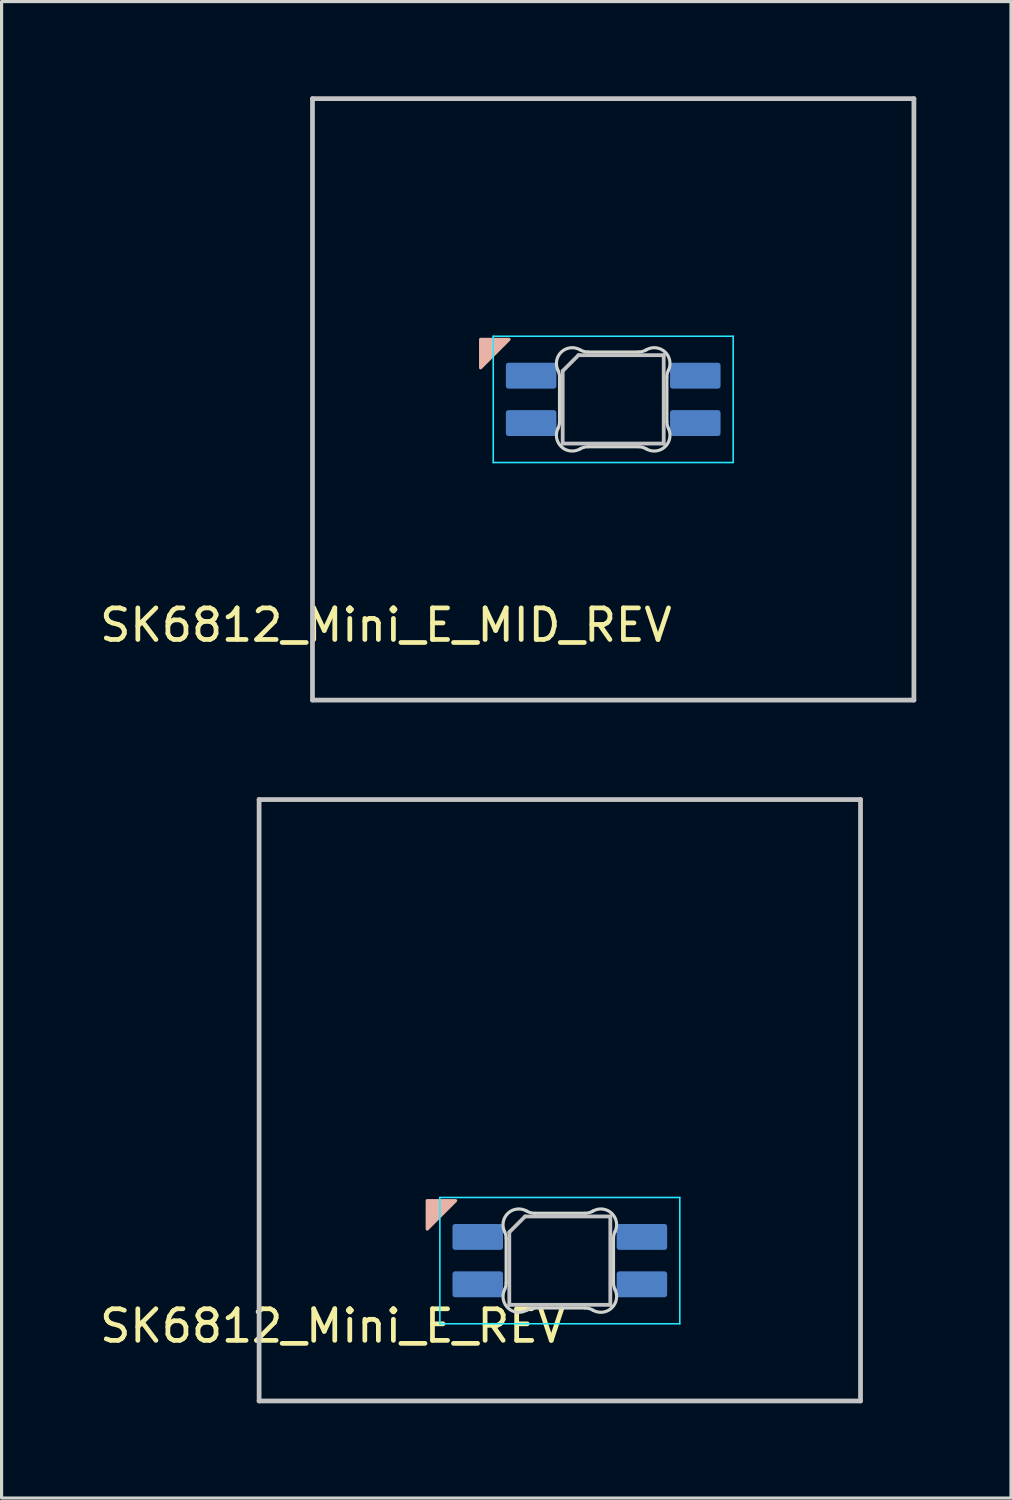
<source format=kicad_pcb>
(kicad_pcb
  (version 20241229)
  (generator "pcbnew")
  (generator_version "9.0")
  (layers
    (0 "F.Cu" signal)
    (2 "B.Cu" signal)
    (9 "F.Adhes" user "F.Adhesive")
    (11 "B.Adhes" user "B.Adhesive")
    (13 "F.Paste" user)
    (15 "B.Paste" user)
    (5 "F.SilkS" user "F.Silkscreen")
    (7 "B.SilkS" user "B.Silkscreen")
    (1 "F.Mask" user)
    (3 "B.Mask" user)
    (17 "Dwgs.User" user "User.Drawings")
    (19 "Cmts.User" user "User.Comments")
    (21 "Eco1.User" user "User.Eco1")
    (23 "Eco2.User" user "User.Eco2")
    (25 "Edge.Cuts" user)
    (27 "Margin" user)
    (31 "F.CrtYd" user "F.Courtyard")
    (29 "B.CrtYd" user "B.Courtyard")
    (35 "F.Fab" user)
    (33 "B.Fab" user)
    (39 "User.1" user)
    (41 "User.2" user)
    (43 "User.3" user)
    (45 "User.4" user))
  (footprint "SK6812_Mini_E_REV"
    (layer "F.Cu")
    (at 14.682 31.8)
    (property "Reference" "SK6812_Mini_E_REV" (at -7.2 7.15 0) (layer "F.SilkS") (effects (font (size 1 1) (thickness 0.15))))
    (attr through_hole)
    (fp_poly (pts (xy -4.2 4.08) (xy -3.3 3.18) (xy -4.2 3.18)) (stroke (width 0.1) (type solid)) (fill yes) (layer "B.SilkS"))
    (fp_line (start -9.525 -9.525) (end 9.525 -9.525) (stroke (width 0.15) (type solid)) (layer "Dwgs.User"))
    (fp_line (start -9.525 9.525) (end -9.525 -9.525) (stroke (width 0.15) (type solid)) (layer "Dwgs.User"))
    (fp_line (start -1.6 4.18) (end -1.6 6.48) (stroke (width 0.12) (type solid)) (layer "Dwgs.User"))
    (fp_line (start -1.6 4.18) (end -1.1 3.68) (stroke (width 0.12) (type solid)) (layer "Dwgs.User"))
    (fp_line (start -1.6 6.48) (end 1.6 6.48) (stroke (width 0.12) (type solid)) (layer "Dwgs.User"))
    (fp_line (start 1.6 3.68) (end -1.1 3.68) (stroke (width 0.12) (type solid)) (layer "Dwgs.User"))
    (fp_line (start 1.6 6.48) (end 1.6 3.68) (stroke (width 0.12) (type solid)) (layer "Dwgs.User"))
    (fp_line (start 9.525 -9.525) (end 9.525 9.525) (stroke (width 0.15) (type solid)) (layer "Dwgs.User"))
    (fp_line (start 9.525 9.525) (end -9.525 9.525) (stroke (width 0.15) (type solid)) (layer "Dwgs.User"))
    (fp_line (start -1.7 5.783) (end -1.7 4.377) (stroke (width 0.1) (type solid)) (layer "Edge.Cuts"))
    (fp_line (start -0.794 3.58) (end 0.794 3.58) (stroke (width 0.1) (type solid)) (layer "Edge.Cuts"))
    (fp_line (start 0.794 6.58) (end -0.794 6.58) (stroke (width 0.1) (type solid)) (layer "Edge.Cuts"))
    (fp_line (start 1.7 4.377) (end 1.7 5.783) (stroke (width 0.1) (type solid)) (layer "Edge.Cuts"))
    (fp_arc (start -1.749484 4.16028) (mid -1.712527 4.265932) (end -1.699999 4.377158) (stroke (width 0.1) (type solid)) (layer "Edge.Cuts"))
    (fp_arc (start -1.749484 4.160281) (mid -1.638072 3.575965) (end -1.046711 3.511701) (stroke (width 0.1) (type solid)) (layer "Edge.Cuts"))
    (fp_arc (start -1.699999 5.782843) (mid -1.712527 5.894068) (end -1.749484 5.99972) (stroke (width 0.1) (type solid)) (layer "Edge.Cuts"))
    (fp_arc (start -1.046711 6.648298) (mid -1.638071 6.584034) (end -1.749484 5.99972) (stroke (width 0.1) (type solid)) (layer "Edge.Cuts"))
    (fp_arc (start -1.046711 6.648298) (mid -0.925123 6.597376) (end -0.794453 6.579999) (stroke (width 0.1) (type solid)) (layer "Edge.Cuts"))
    (fp_arc (start -0.794452 3.58) (mid -0.925123 3.562623) (end -1.046711 3.511701) (stroke (width 0.1) (type solid)) (layer "Edge.Cuts"))
    (fp_arc (start 0.794453 6.58) (mid 0.925123 6.597377) (end 1.046711 6.648299) (stroke (width 0.1) (type solid)) (layer "Edge.Cuts"))
    (fp_arc (start 1.04671 3.511701) (mid 0.925122 3.562623) (end 0.794452 3.58) (stroke (width 0.1) (type solid)) (layer "Edge.Cuts"))
    (fp_arc (start 1.046711 3.511703) (mid 1.63807 3.575966) (end 1.749484 4.16028) (stroke (width 0.1) (type solid)) (layer "Edge.Cuts"))
    (fp_arc (start 1.699999 4.377157) (mid 1.712527 4.265932) (end 1.749484 4.16028) (stroke (width 0.1) (type solid)) (layer "Edge.Cuts"))
    (fp_arc (start 1.749484 5.99972) (mid 1.638071 6.584035) (end 1.046711 6.648299) (stroke (width 0.1) (type solid)) (layer "Edge.Cuts"))
    (fp_arc (start 1.749484 5.99972) (mid 1.712527 5.894068) (end 1.699999 5.782842) (stroke (width 0.1) (type solid)) (layer "Edge.Cuts"))
    (fp_line (start -3.8 3.08) (end -3.8 7.08) (stroke (width 0.05) (type solid)) (layer "B.CrtYd"))
    (fp_line (start -3.8 7.08) (end 3.8 7.08) (stroke (width 0.05) (type solid)) (layer "B.CrtYd"))
    (fp_line (start 3.8 3.08) (end -3.8 3.08) (stroke (width 0.05) (type solid)) (layer "B.CrtYd"))
    (fp_line (start 3.8 7.08) (end 3.8 3.08) (stroke (width 0.05) (type solid)) (layer "B.CrtYd"))
    (pad "1" smd roundrect (at 2.6 5.83 90) (size 0.82 1.6) (layers "B.Cu" "B.Mask" "B.Paste") (roundrect_rratio 0.1))
    (pad "2" smd roundrect (at 2.6 4.33 90) (size 0.82 1.6) (layers "B.Cu" "B.Mask" "B.Paste") (roundrect_rratio 0.1))
    (pad "3" smd roundrect (at -2.6 4.33 90) (size 0.82 1.6) (layers "B.Cu" "B.Mask" "B.Paste") (roundrect_rratio 0.1))
    (pad "4" smd roundrect (at -2.6 5.83 90) (size 0.82 1.6) (layers "B.Cu" "B.Mask" "B.Paste") (roundrect_rratio 0.1)))
  (footprint "SK6812_Mini_E_MID_REV"
    (layer "F.Cu")
    (at 16.373 9.6)
    (property "Reference" "SK6812_Mini_E_MID_REV" (at -7.2 7.15 0) (layer "F.SilkS") (effects (font (size 1 1) (thickness 0.15))))
    (attr through_hole)
    (fp_poly (pts (xy -4.2 -1) (xy -3.3 -1.9) (xy -4.2 -1.9)) (stroke (width 0.1) (type solid)) (fill yes) (layer "B.SilkS"))
    (fp_line (start -9.525 -9.525) (end 9.525 -9.525) (stroke (width 0.15) (type solid)) (layer "Dwgs.User"))
    (fp_line (start -9.525 9.525) (end -9.525 -9.525) (stroke (width 0.15) (type solid)) (layer "Dwgs.User"))
    (fp_line (start -1.6 -0.9) (end -1.6 1.4) (stroke (width 0.12) (type solid)) (layer "Dwgs.User"))
    (fp_line (start -1.6 -0.9) (end -1.1 -1.4) (stroke (width 0.12) (type solid)) (layer "Dwgs.User"))
    (fp_line (start -1.6 1.4) (end 1.6 1.4) (stroke (width 0.12) (type solid)) (layer "Dwgs.User"))
    (fp_line (start 1.6 -1.4) (end -1.1 -1.4) (stroke (width 0.12) (type solid)) (layer "Dwgs.User"))
    (fp_line (start 1.6 1.4) (end 1.6 -1.4) (stroke (width 0.12) (type solid)) (layer "Dwgs.User"))
    (fp_line (start 9.525 -9.525) (end 9.525 9.525) (stroke (width 0.15) (type solid)) (layer "Dwgs.User"))
    (fp_line (start 9.525 9.525) (end -9.525 9.525) (stroke (width 0.15) (type solid)) (layer "Dwgs.User"))
    (fp_line (start -1.7 0.703) (end -1.7 -0.703) (stroke (width 0.1) (type solid)) (layer "Edge.Cuts"))
    (fp_line (start -0.794 -1.5) (end 0.794 -1.5) (stroke (width 0.1) (type solid)) (layer "Edge.Cuts"))
    (fp_line (start 0.794 1.5) (end -0.794 1.5) (stroke (width 0.1) (type solid)) (layer "Edge.Cuts"))
    (fp_line (start 1.7 -0.703) (end 1.7 0.703) (stroke (width 0.1) (type solid)) (layer "Edge.Cuts"))
    (fp_arc (start -1.749484 -0.91972) (mid -1.712527 -0.814068) (end -1.699999 -0.702842) (stroke (width 0.1) (type solid)) (layer "Edge.Cuts"))
    (fp_arc (start -1.749484 -0.919719) (mid -1.638072 -1.504035) (end -1.046711 -1.568299) (stroke (width 0.1) (type solid)) (layer "Edge.Cuts"))
    (fp_arc (start -1.699999 0.702843) (mid -1.712527 0.814068) (end -1.749484 0.91972) (stroke (width 0.1) (type solid)) (layer "Edge.Cuts"))
    (fp_arc (start -1.046711 1.568298) (mid -1.638071 1.504034) (end -1.749484 0.91972) (stroke (width 0.1) (type solid)) (layer "Edge.Cuts"))
    (fp_arc (start -1.046711 1.568298) (mid -0.925123 1.517376) (end -0.794453 1.499999) (stroke (width 0.1) (type solid)) (layer "Edge.Cuts"))
    (fp_arc (start -0.794452 -1.5) (mid -0.925123 -1.517377) (end -1.046711 -1.568299) (stroke (width 0.1) (type solid)) (layer "Edge.Cuts"))
    (fp_arc (start 0.794453 1.5) (mid 0.925123 1.517377) (end 1.046711 1.568299) (stroke (width 0.1) (type solid)) (layer "Edge.Cuts"))
    (fp_arc (start 1.04671 -1.568299) (mid 0.925122 -1.517377) (end 0.794452 -1.5) (stroke (width 0.1) (type solid)) (layer "Edge.Cuts"))
    (fp_arc (start 1.046711 -1.568297) (mid 1.63807 -1.504034) (end 1.749484 -0.91972) (stroke (width 0.1) (type solid)) (layer "Edge.Cuts"))
    (fp_arc (start 1.699999 -0.702843) (mid 1.712527 -0.814068) (end 1.749484 -0.91972) (stroke (width 0.1) (type solid)) (layer "Edge.Cuts"))
    (fp_arc (start 1.749484 0.91972) (mid 1.638071 1.504035) (end 1.046711 1.568299) (stroke (width 0.1) (type solid)) (layer "Edge.Cuts"))
    (fp_arc (start 1.749484 0.91972) (mid 1.712527 0.814068) (end 1.699999 0.702842) (stroke (width 0.1) (type solid)) (layer "Edge.Cuts"))
    (fp_line (start -3.8 -2) (end -3.8 2) (stroke (width 0.05) (type solid)) (layer "B.CrtYd"))
    (fp_line (start -3.8 2) (end 3.8 2) (stroke (width 0.05) (type solid)) (layer "B.CrtYd"))
    (fp_line (start 3.8 -2) (end -3.8 -2) (stroke (width 0.05) (type solid)) (layer "B.CrtYd"))
    (fp_line (start 3.8 2) (end 3.8 -2) (stroke (width 0.05) (type solid)) (layer "B.CrtYd"))
    (pad "1" smd roundrect (at 2.6 0.75 90) (size 0.82 1.6) (layers "B.Cu" "B.Mask" "B.Paste") (roundrect_rratio 0.1))
    (pad "2" smd roundrect (at 2.6 -0.75 90) (size 0.82 1.6) (layers "B.Cu" "B.Mask" "B.Paste") (roundrect_rratio 0.1))
    (pad "3" smd roundrect (at -2.6 -0.75 90) (size 0.82 1.6) (layers "B.Cu" "B.Mask" "B.Paste") (roundrect_rratio 0.1))
    (pad "4" smd roundrect (at -2.6 0.75 90) (size 0.82 1.6) (layers "B.Cu" "B.Mask" "B.Paste") (roundrect_rratio 0.1)))
  (gr_rect
    (start -3 -3)
    (end 28.973 44.4)
    (stroke (width 0.1) (type default))
    (fill no)
    (layer "Edge.Cuts")))
</source>
